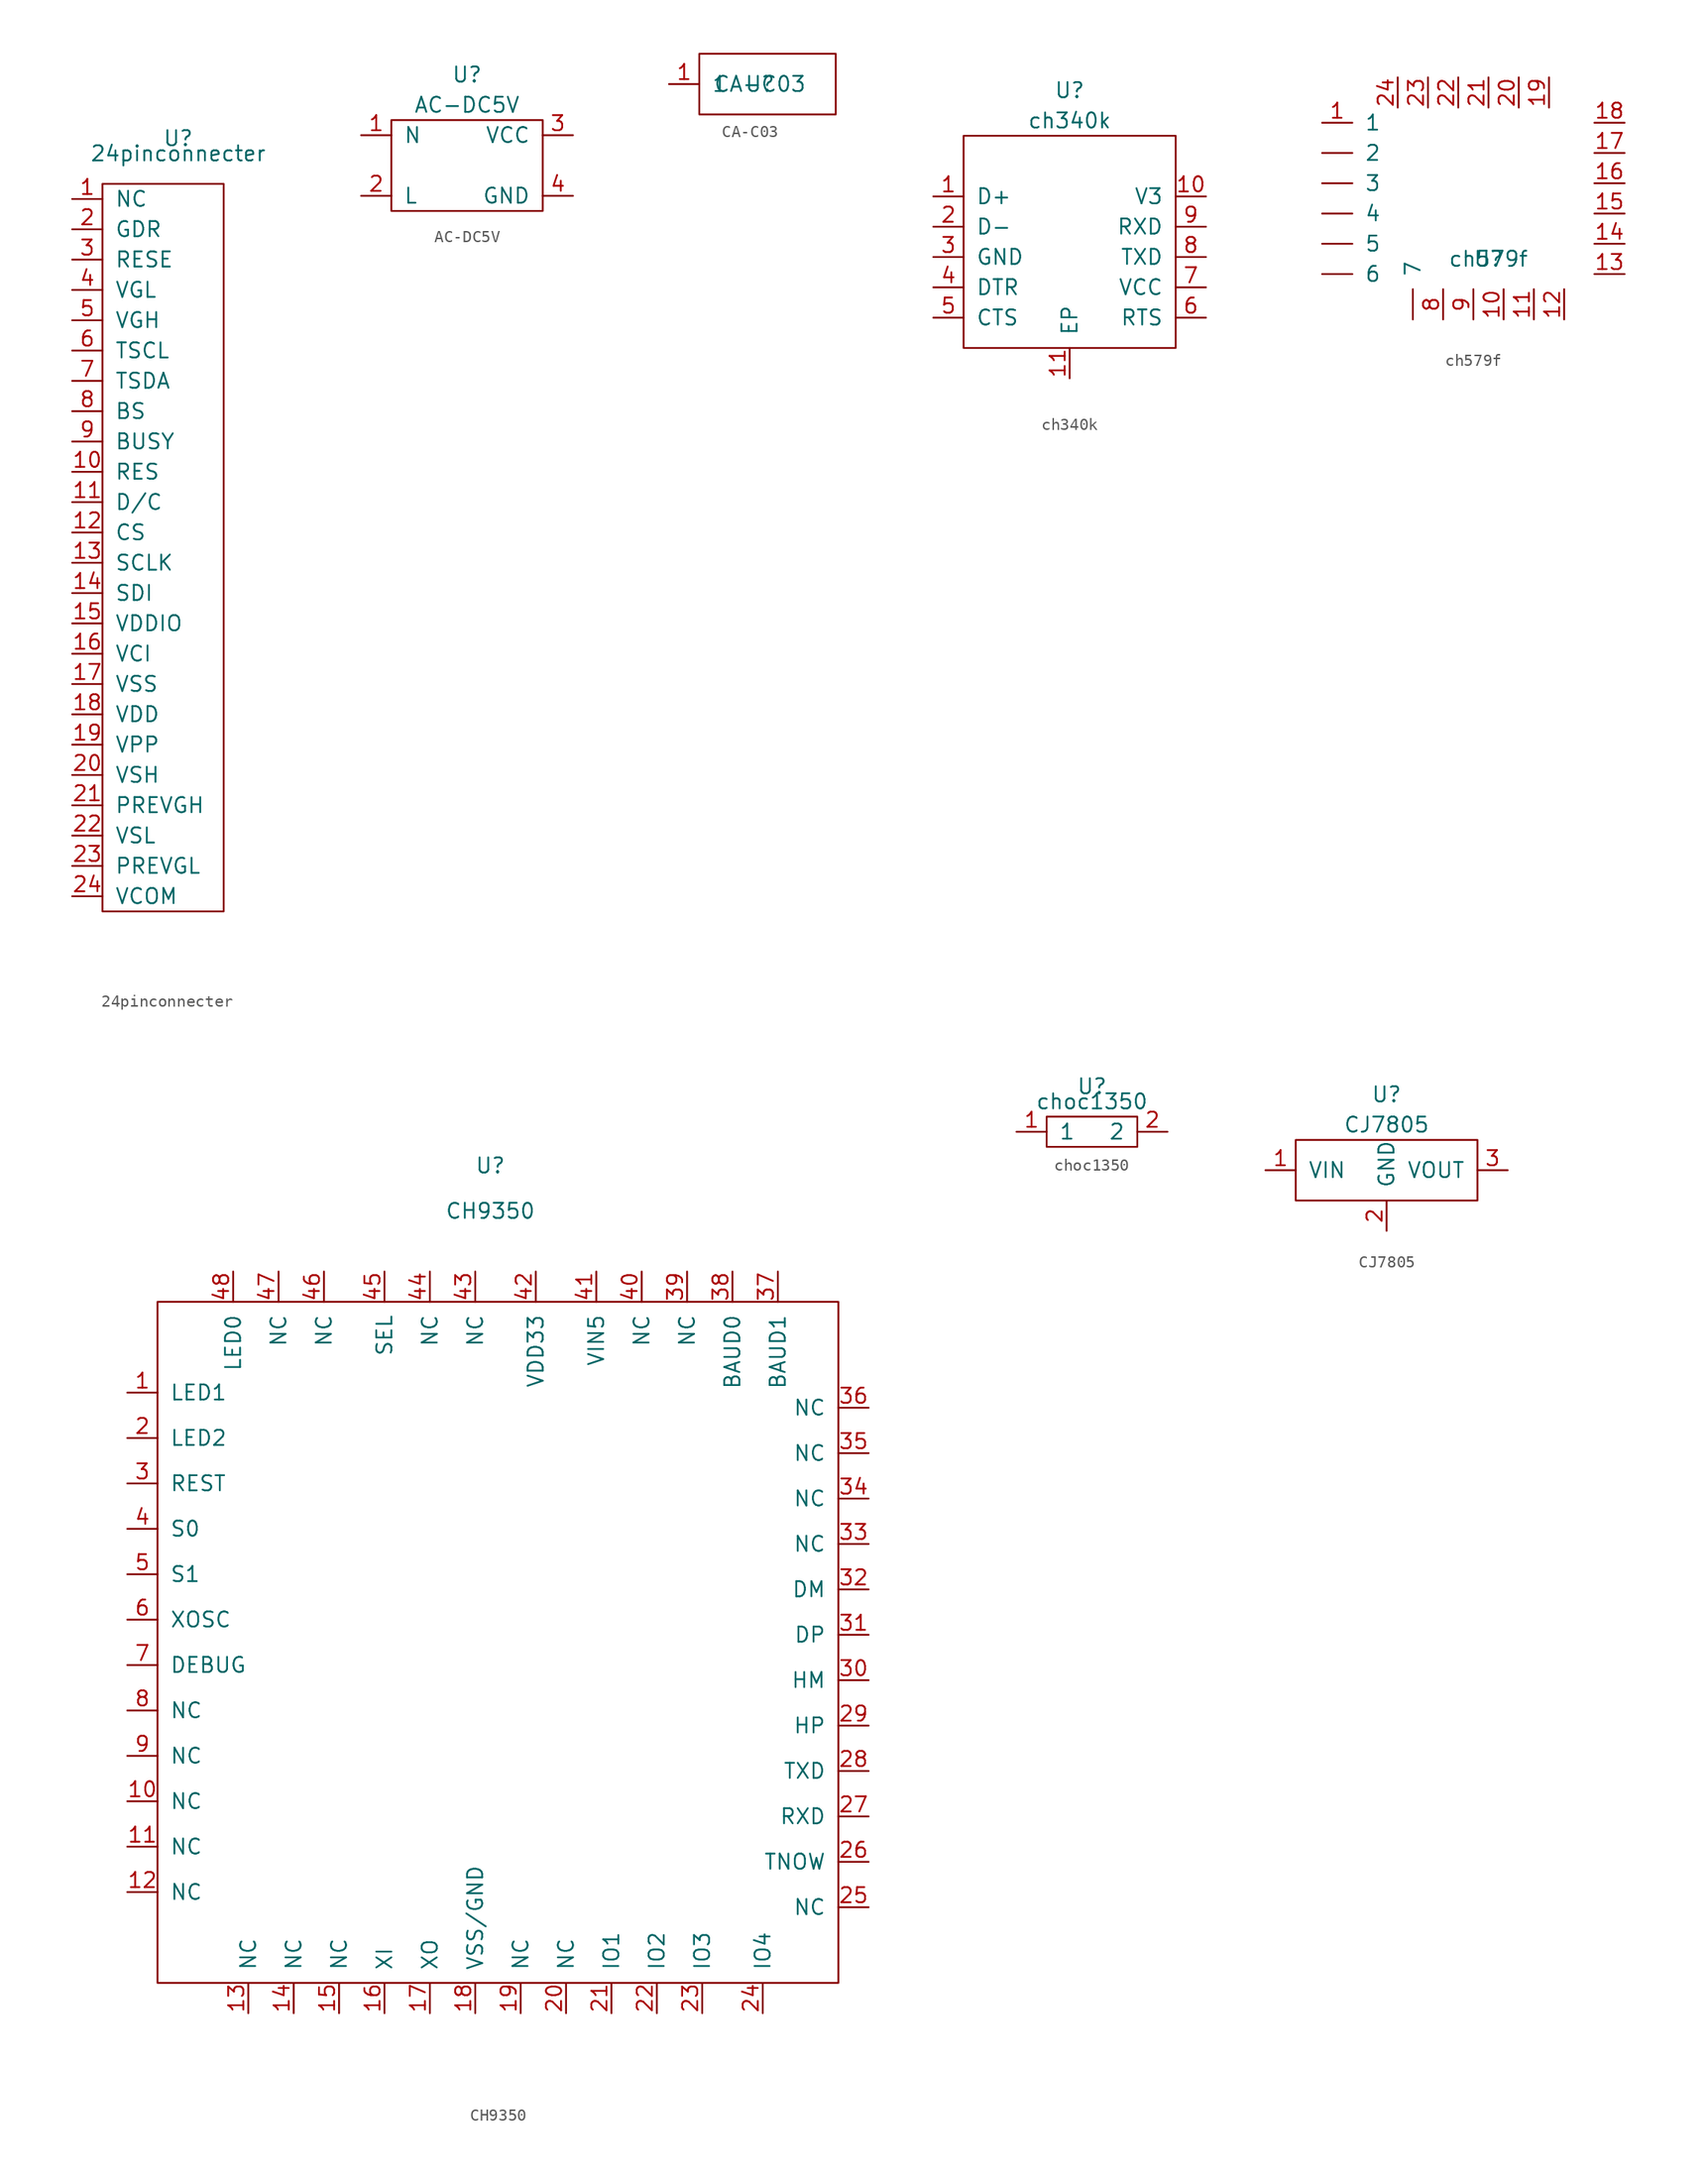
<source format=kicad_sym>
(kicad_symbol_lib
  (version 20211014)
  (generator kicad_symbol_editor)
  (symbol "24pinconnecter"
    (pin_names
      (offset 1.016))
    (property "Reference" "U"
      (at 0 33.02 0)
      (effects (font (size 1.27 1.27))))
    (property "Value" "24pinconnecter"
      (at 0 31.75 0)
      (effects (font (size 1.27 1.27))))
    (symbol "24pinconnecter_0_1"
      (rectangle (start -6.35 29.21) (end 3.81 -31.75) (stroke (width 0) (type default) (color 0 0 0 0)) (fill (type none))))
    (symbol "24pinconnecter_1_1"
      (pin passive line (at -8.89 27.94 0) (length 2.54) (name "NC" (effects (font (size 1.27 1.27)))) (number "1" (effects (font (size 1.27 1.27)))))
      (pin passive line (at -8.89 5.08 0) (length 2.54) (name "RES" (effects (font (size 1.27 1.27)))) (number "10" (effects (font (size 1.27 1.27)))))
      (pin passive line (at -8.89 2.54 0) (length 2.54) (name "D/C" (effects (font (size 1.27 1.27)))) (number "11" (effects (font (size 1.27 1.27)))))
      (pin passive line (at -8.89 0 0) (length 2.54) (name "CS" (effects (font (size 1.27 1.27)))) (number "12" (effects (font (size 1.27 1.27)))))
      (pin passive line (at -8.89 -2.54 0) (length 2.54) (name "SCLK" (effects (font (size 1.27 1.27)))) (number "13" (effects (font (size 1.27 1.27)))))
      (pin passive line (at -8.89 -5.08 0) (length 2.54) (name "SDI" (effects (font (size 1.27 1.27)))) (number "14" (effects (font (size 1.27 1.27)))))
      (pin passive line (at -8.89 -7.62 0) (length 2.54) (name "VDDIO" (effects (font (size 1.27 1.27)))) (number "15" (effects (font (size 1.27 1.27)))))
      (pin passive line (at -8.89 -10.16 0) (length 2.54) (name "VCI" (effects (font (size 1.27 1.27)))) (number "16" (effects (font (size 1.27 1.27)))))
      (pin passive line (at -8.89 -12.7 0) (length 2.54) (name "VSS" (effects (font (size 1.27 1.27)))) (number "17" (effects (font (size 1.27 1.27)))))
      (pin passive line (at -8.89 -15.24 0) (length 2.54) (name "VDD" (effects (font (size 1.27 1.27)))) (number "18" (effects (font (size 1.27 1.27)))))
      (pin passive line (at -8.89 -17.78 0) (length 2.54) (name "VPP" (effects (font (size 1.27 1.27)))) (number "19" (effects (font (size 1.27 1.27)))))
      (pin passive line (at -8.89 25.4 0) (length 2.54) (name "GDR" (effects (font (size 1.27 1.27)))) (number "2" (effects (font (size 1.27 1.27)))))
      (pin passive line (at -8.89 -20.32 0) (length 2.54) (name "VSH" (effects (font (size 1.27 1.27)))) (number "20" (effects (font (size 1.27 1.27)))))
      (pin passive line (at -8.89 -22.86 0) (length 2.54) (name "PREVGH" (effects (font (size 1.27 1.27)))) (number "21" (effects (font (size 1.27 1.27)))))
      (pin passive line (at -8.89 -25.4 0) (length 2.54) (name "VSL" (effects (font (size 1.27 1.27)))) (number "22" (effects (font (size 1.27 1.27)))))
      (pin passive line (at -8.89 -27.94 0) (length 2.54) (name "PREVGL" (effects (font (size 1.27 1.27)))) (number "23" (effects (font (size 1.27 1.27)))))
      (pin passive line (at -8.89 -30.48 0) (length 2.54) (name "VCOM" (effects (font (size 1.27 1.27)))) (number "24" (effects (font (size 1.27 1.27)))))
      (pin passive line (at -8.89 22.86 0) (length 2.54) (name "RESE" (effects (font (size 1.27 1.27)))) (number "3" (effects (font (size 1.27 1.27)))))
      (pin passive line (at -8.89 20.32 0) (length 2.54) (name "VGL" (effects (font (size 1.27 1.27)))) (number "4" (effects (font (size 1.27 1.27)))))
      (pin passive line (at -8.89 17.78 0) (length 2.54) (name "VGH" (effects (font (size 1.27 1.27)))) (number "5" (effects (font (size 1.27 1.27)))))
      (pin passive line (at -8.89 15.24 0) (length 2.54) (name "TSCL" (effects (font (size 1.27 1.27)))) (number "6" (effects (font (size 1.27 1.27)))))
      (pin passive line (at -8.89 12.7 0) (length 2.54) (name "TSDA" (effects (font (size 1.27 1.27)))) (number "7" (effects (font (size 1.27 1.27)))))
      (pin passive line (at -8.89 10.16 0) (length 2.54) (name "BS" (effects (font (size 1.27 1.27)))) (number "8" (effects (font (size 1.27 1.27)))))
      (pin passive line (at -8.89 7.62 0) (length 2.54) (name "BUSY" (effects (font (size 1.27 1.27)))) (number "9" (effects (font (size 1.27 1.27)))))))
  (symbol "AC-DC5V"
    (pin_names
      (offset 1.016))
    (property "Reference" "U"
      (at 0 7.62 0)
      (effects (font (size 1.27 1.27))))
    (property "Value" "AC-DC5V"
      (at 0 5.08 0)
      (effects (font (size 1.27 1.27))))
    (symbol "AC-DC5V_0_1"
      (rectangle (start -6.35 3.81) (end 6.35 -3.81) (stroke (width 0) (type default) (color 0 0 0 0)) (fill (type none))))
    (symbol "AC-DC5V_1_1"
      (pin passive line (at -8.89 2.54 0) (length 2.54) (name "N" (effects (font (size 1.27 1.27)))) (number "1" (effects (font (size 1.27 1.27)))))
      (pin passive line (at -8.89 -2.54 0) (length 2.54) (name "L" (effects (font (size 1.27 1.27)))) (number "2" (effects (font (size 1.27 1.27)))))
      (pin passive line (at 8.89 2.54 180) (length 2.54) (name "VCC" (effects (font (size 1.27 1.27)))) (number "3" (effects (font (size 1.27 1.27)))))
      (pin passive line (at 8.89 -2.54 180) (length 2.54) (name "GND" (effects (font (size 1.27 1.27)))) (number "4" (effects (font (size 1.27 1.27)))))))
  (symbol "CA-C03"
    (pin_names
      (offset 1.016))
    (property "Reference" "U"
      (at 0 0 0)
      (effects (font (size 1.27 1.27))))
    (property "Value" "CA-C03"
      (at 0 0 0)
      (effects (font (size 1.27 1.27))))
    (symbol "CA-C03_0_1"
      (rectangle (start -5.08 2.54) (end 6.35 -2.54) (stroke (width 0) (type default) (color 0 0 0 0)) (fill (type none))))
    (symbol "CA-C03_1_1"
      (pin passive line (at -7.62 0 0) (length 2.54) (name "1" (effects (font (size 1.27 1.27)))) (number "1" (effects (font (size 1.27 1.27)))))))
  (symbol "ch340k"
    (pin_names
      (offset 1.016))
    (property "Reference" "U"
      (at 0 12.7 0)
      (effects (font (size 1.27 1.27))))
    (property "Value" "ch340k"
      (at 0 10.16 0)
      (effects (font (size 1.27 1.27))))
    (symbol "ch340k_0_1"
      (rectangle (start -8.89 8.89) (end 8.89 -8.89) (stroke (width 0) (type default) (color 0 0 0 0)) (fill (type none))))
    (symbol "ch340k_1_1"
      (pin passive line (at -11.43 3.81 0) (length 2.54) (name "D+" (effects (font (size 1.27 1.27)))) (number "1" (effects (font (size 1.27 1.27)))))
      (pin passive line (at 11.43 3.81 180) (length 2.54) (name "V3" (effects (font (size 1.27 1.27)))) (number "10" (effects (font (size 1.27 1.27)))))
      (pin input line (at 0 -11.43 90) (length 2.54) (name "EP" (effects (font (size 1.27 1.27)))) (number "11" (effects (font (size 1.27 1.27)))))
      (pin passive line (at -11.43 1.27 0) (length 2.54) (name "D-" (effects (font (size 1.27 1.27)))) (number "2" (effects (font (size 1.27 1.27)))))
      (pin passive line (at -11.43 -1.27 0) (length 2.54) (name "GND" (effects (font (size 1.27 1.27)))) (number "3" (effects (font (size 1.27 1.27)))))
      (pin passive line (at -11.43 -3.81 0) (length 2.54) (name "DTR" (effects (font (size 1.27 1.27)))) (number "4" (effects (font (size 1.27 1.27)))))
      (pin passive line (at -11.43 -6.35 0) (length 2.54) (name "CTS" (effects (font (size 1.27 1.27)))) (number "5" (effects (font (size 1.27 1.27)))))
      (pin passive line (at 11.43 -6.35 180) (length 2.54) (name "RTS" (effects (font (size 1.27 1.27)))) (number "6" (effects (font (size 1.27 1.27)))))
      (pin passive line (at 11.43 -3.81 180) (length 2.54) (name "VCC" (effects (font (size 1.27 1.27)))) (number "7" (effects (font (size 1.27 1.27)))))
      (pin passive line (at 11.43 -1.27 180) (length 2.54) (name "TXD" (effects (font (size 1.27 1.27)))) (number "8" (effects (font (size 1.27 1.27)))))
      (pin passive line (at 11.43 1.27 180) (length 2.54) (name "RXD" (effects (font (size 1.27 1.27)))) (number "9" (effects (font (size 1.27 1.27)))))))
  (symbol "ch579f"
    (pin_names
      (offset 1.016))
    (property "Reference" "U"
      (at 0 0 0)
      (effects (font (size 1.27 1.27))))
    (property "Value" "ch579f"
      (at 0 0 0)
      (effects (font (size 1.27 1.27))))
    (symbol "ch579f_1_1"
      (pin passive line (at -13.97 11.43 0) (length 2.54) (name "1" (effects (font (size 1.27 1.27)))) (number "1" (effects (font (size 1.27 1.27)))))
      (pin passive line (at 1.27 -5.08 90) (length 2.54) (name "~" (effects (font (size 1.27 1.27)))) (number "10" (effects (font (size 1.27 1.27)))))
      (pin passive line (at 3.81 -5.08 90) (length 2.54) (name "~" (effects (font (size 1.27 1.27)))) (number "11" (effects (font (size 1.27 1.27)))))
      (pin passive line (at 6.35 -5.08 90) (length 2.54) (name "~" (effects (font (size 1.27 1.27)))) (number "12" (effects (font (size 1.27 1.27)))))
      (pin passive line (at 11.43 -1.27 180) (length 2.54) (name "~" (effects (font (size 1.27 1.27)))) (number "13" (effects (font (size 1.27 1.27)))))
      (pin passive line (at 11.43 1.27 180) (length 2.54) (name "~" (effects (font (size 1.27 1.27)))) (number "14" (effects (font (size 1.27 1.27)))))
      (pin passive line (at 11.43 3.81 180) (length 2.54) (name "~" (effects (font (size 1.27 1.27)))) (number "15" (effects (font (size 1.27 1.27)))))
      (pin passive line (at 11.43 6.35 180) (length 2.54) (name "~" (effects (font (size 1.27 1.27)))) (number "16" (effects (font (size 1.27 1.27)))))
      (pin passive line (at 11.43 8.89 180) (length 2.54) (name "~" (effects (font (size 1.27 1.27)))) (number "17" (effects (font (size 1.27 1.27)))))
      (pin passive line (at 11.43 11.43 180) (length 2.54) (name "~" (effects (font (size 1.27 1.27)))) (number "18" (effects (font (size 1.27 1.27)))))
      (pin passive line (at 5.08 15.24 270) (length 2.54) (name "~" (effects (font (size 1.27 1.27)))) (number "19" (effects (font (size 1.27 1.27)))))
      (pin passive line (at 2.54 15.24 270) (length 2.54) (name "~" (effects (font (size 1.27 1.27)))) (number "20" (effects (font (size 1.27 1.27)))))
      (pin passive line (at 0 15.24 270) (length 2.54) (name "~" (effects (font (size 1.27 1.27)))) (number "21" (effects (font (size 1.27 1.27)))))
      (pin passive line (at -2.54 15.24 270) (length 2.54) (name "~" (effects (font (size 1.27 1.27)))) (number "22" (effects (font (size 1.27 1.27)))))
      (pin passive line (at -5.08 15.24 270) (length 2.54) (name "~" (effects (font (size 1.27 1.27)))) (number "23" (effects (font (size 1.27 1.27)))))
      (pin passive line (at -7.62 15.24 270) (length 2.54) (name "~" (effects (font (size 1.27 1.27)))) (number "24" (effects (font (size 1.27 1.27)))))
      (pin passive line (at -3.81 -5.08 90) (length 2.54) (name "~" (effects (font (size 1.27 1.27)))) (number "8" (effects (font (size 1.27 1.27)))))
      (pin passive line (at -1.27 -5.08 90) (length 2.54) (name "~" (effects (font (size 1.27 1.27)))) (number "9" (effects (font (size 1.27 1.27)))))
      (pin passive line (at -13.97 8.89 0) (length 2.54) (name "2" (effects (font (size 1.27 1.27)))) (number "~" (effects (font (size 1.27 1.27)))))
      (pin passive line (at -13.97 6.35 0) (length 2.54) (name "3" (effects (font (size 1.27 1.27)))) (number "~" (effects (font (size 1.27 1.27)))))
      (pin passive line (at -13.97 3.81 0) (length 2.54) (name "4" (effects (font (size 1.27 1.27)))) (number "~" (effects (font (size 1.27 1.27)))))
      (pin passive line (at -13.97 1.27 0) (length 2.54) (name "5" (effects (font (size 1.27 1.27)))) (number "~" (effects (font (size 1.27 1.27)))))
      (pin passive line (at -13.97 -1.27 0) (length 2.54) (name "6" (effects (font (size 1.27 1.27)))) (number "~" (effects (font (size 1.27 1.27)))))
      (pin passive line (at -6.35 -5.08 90) (length 2.54) (name "7" (effects (font (size 1.27 1.27)))) (number "~" (effects (font (size 1.27 1.27)))))))
  (symbol "CH9350"
    (pin_names
      (offset 1.016))
    (property "Reference" "U"
      (at 0 48.26 0)
      (effects (font (size 1.27 1.27))))
    (property "Value" "CH9350"
      (at 0 44.45 0)
      (effects (font (size 1.27 1.27))))
    (symbol "CH9350_0_1"
      (rectangle (start -27.94 36.83) (end 29.21 -20.32) (stroke (width 0) (type default) (color 0 0 0 0)) (fill (type none))))
    (symbol "CH9350_1_1"
      (pin passive line (at -30.48 29.21 0) (length 2.54) (name "LED1" (effects (font (size 1.27 1.27)))) (number "1" (effects (font (size 1.27 1.27)))))
      (pin passive line (at -30.48 -5.08 0) (length 2.54) (name "NC" (effects (font (size 1.27 1.27)))) (number "10" (effects (font (size 1.27 1.27)))))
      (pin passive line (at -30.48 -8.89 0) (length 2.54) (name "NC" (effects (font (size 1.27 1.27)))) (number "11" (effects (font (size 1.27 1.27)))))
      (pin passive line (at -30.48 -12.7 0) (length 2.54) (name "NC" (effects (font (size 1.27 1.27)))) (number "12" (effects (font (size 1.27 1.27)))))
      (pin passive line (at -20.32 -22.86 90) (length 2.54) (name "NC" (effects (font (size 1.27 1.27)))) (number "13" (effects (font (size 1.27 1.27)))))
      (pin passive line (at -16.51 -22.86 90) (length 2.54) (name "NC" (effects (font (size 1.27 1.27)))) (number "14" (effects (font (size 1.27 1.27)))))
      (pin passive line (at -12.7 -22.86 90) (length 2.54) (name "NC" (effects (font (size 1.27 1.27)))) (number "15" (effects (font (size 1.27 1.27)))))
      (pin passive line (at -8.89 -22.86 90) (length 2.54) (name "XI" (effects (font (size 1.27 1.27)))) (number "16" (effects (font (size 1.27 1.27)))))
      (pin passive line (at -5.08 -22.86 90) (length 2.54) (name "XO" (effects (font (size 1.27 1.27)))) (number "17" (effects (font (size 1.27 1.27)))))
      (pin passive line (at -1.27 -22.86 90) (length 2.54) (name "VSS/GND" (effects (font (size 1.27 1.27)))) (number "18" (effects (font (size 1.27 1.27)))))
      (pin passive line (at 2.54 -22.86 90) (length 2.54) (name "NC" (effects (font (size 1.27 1.27)))) (number "19" (effects (font (size 1.27 1.27)))))
      (pin passive line (at -30.48 25.4 0) (length 2.54) (name "LED2" (effects (font (size 1.27 1.27)))) (number "2" (effects (font (size 1.27 1.27)))))
      (pin passive line (at 6.35 -22.86 90) (length 2.54) (name "NC" (effects (font (size 1.27 1.27)))) (number "20" (effects (font (size 1.27 1.27)))))
      (pin passive line (at 10.16 -22.86 90) (length 2.54) (name "IO1" (effects (font (size 1.27 1.27)))) (number "21" (effects (font (size 1.27 1.27)))))
      (pin passive line (at 13.97 -22.86 90) (length 2.54) (name "IO2" (effects (font (size 1.27 1.27)))) (number "22" (effects (font (size 1.27 1.27)))))
      (pin passive line (at 17.78 -22.86 90) (length 2.54) (name "IO3" (effects (font (size 1.27 1.27)))) (number "23" (effects (font (size 1.27 1.27)))))
      (pin passive line (at 22.86 -22.86 90) (length 2.54) (name "IO4" (effects (font (size 1.27 1.27)))) (number "24" (effects (font (size 1.27 1.27)))))
      (pin passive line (at 31.75 -13.97 180) (length 2.54) (name "NC" (effects (font (size 1.27 1.27)))) (number "25" (effects (font (size 1.27 1.27)))))
      (pin passive line (at 31.75 -10.16 180) (length 2.54) (name "TNOW" (effects (font (size 1.27 1.27)))) (number "26" (effects (font (size 1.27 1.27)))))
      (pin passive line (at 31.75 -6.35 180) (length 2.54) (name "RXD" (effects (font (size 1.27 1.27)))) (number "27" (effects (font (size 1.27 1.27)))))
      (pin passive line (at 31.75 -2.54 180) (length 2.54) (name "TXD" (effects (font (size 1.27 1.27)))) (number "28" (effects (font (size 1.27 1.27)))))
      (pin passive line (at 31.75 1.27 180) (length 2.54) (name "HP" (effects (font (size 1.27 1.27)))) (number "29" (effects (font (size 1.27 1.27)))))
      (pin passive line (at -30.48 21.59 0) (length 2.54) (name "REST" (effects (font (size 1.27 1.27)))) (number "3" (effects (font (size 1.27 1.27)))))
      (pin passive line (at 31.75 5.08 180) (length 2.54) (name "HM" (effects (font (size 1.27 1.27)))) (number "30" (effects (font (size 1.27 1.27)))))
      (pin passive line (at 31.75 8.89 180) (length 2.54) (name "DP" (effects (font (size 1.27 1.27)))) (number "31" (effects (font (size 1.27 1.27)))))
      (pin passive line (at 31.75 12.7 180) (length 2.54) (name "DM" (effects (font (size 1.27 1.27)))) (number "32" (effects (font (size 1.27 1.27)))))
      (pin passive line (at 31.75 16.51 180) (length 2.54) (name "NC" (effects (font (size 1.27 1.27)))) (number "33" (effects (font (size 1.27 1.27)))))
      (pin passive line (at 31.75 20.32 180) (length 2.54) (name "NC" (effects (font (size 1.27 1.27)))) (number "34" (effects (font (size 1.27 1.27)))))
      (pin passive line (at 31.75 24.13 180) (length 2.54) (name "NC" (effects (font (size 1.27 1.27)))) (number "35" (effects (font (size 1.27 1.27)))))
      (pin passive line (at 31.75 27.94 180) (length 2.54) (name "NC" (effects (font (size 1.27 1.27)))) (number "36" (effects (font (size 1.27 1.27)))))
      (pin passive line (at 24.13 39.37 270) (length 2.54) (name "BAUD1" (effects (font (size 1.27 1.27)))) (number "37" (effects (font (size 1.27 1.27)))))
      (pin passive line (at 20.32 39.37 270) (length 2.54) (name "BAUD0" (effects (font (size 1.27 1.27)))) (number "38" (effects (font (size 1.27 1.27)))))
      (pin passive line (at 16.51 39.37 270) (length 2.54) (name "NC" (effects (font (size 1.27 1.27)))) (number "39" (effects (font (size 1.27 1.27)))))
      (pin passive line (at -30.48 17.78 0) (length 2.54) (name "S0" (effects (font (size 1.27 1.27)))) (number "4" (effects (font (size 1.27 1.27)))))
      (pin passive line (at 12.7 39.37 270) (length 2.54) (name "NC" (effects (font (size 1.27 1.27)))) (number "40" (effects (font (size 1.27 1.27)))))
      (pin passive line (at 8.89 39.37 270) (length 2.54) (name "VIN5" (effects (font (size 1.27 1.27)))) (number "41" (effects (font (size 1.27 1.27)))))
      (pin passive line (at 3.81 39.37 270) (length 2.54) (name "VDD33" (effects (font (size 1.27 1.27)))) (number "42" (effects (font (size 1.27 1.27)))))
      (pin passive line (at -1.27 39.37 270) (length 2.54) (name "NC" (effects (font (size 1.27 1.27)))) (number "43" (effects (font (size 1.27 1.27)))))
      (pin passive line (at -5.08 39.37 270) (length 2.54) (name "NC" (effects (font (size 1.27 1.27)))) (number "44" (effects (font (size 1.27 1.27)))))
      (pin passive line (at -8.89 39.37 270) (length 2.54) (name "SEL" (effects (font (size 1.27 1.27)))) (number "45" (effects (font (size 1.27 1.27)))))
      (pin passive line (at -13.97 39.37 270) (length 2.54) (name "NC" (effects (font (size 1.27 1.27)))) (number "46" (effects (font (size 1.27 1.27)))))
      (pin passive line (at -17.78 39.37 270) (length 2.54) (name "NC" (effects (font (size 1.27 1.27)))) (number "47" (effects (font (size 1.27 1.27)))))
      (pin passive line (at -21.59 39.37 270) (length 2.54) (name "LED0" (effects (font (size 1.27 1.27)))) (number "48" (effects (font (size 1.27 1.27)))))
      (pin passive line (at -30.48 13.97 0) (length 2.54) (name "S1" (effects (font (size 1.27 1.27)))) (number "5" (effects (font (size 1.27 1.27)))))
      (pin passive line (at -30.48 10.16 0) (length 2.54) (name "XOSC" (effects (font (size 1.27 1.27)))) (number "6" (effects (font (size 1.27 1.27)))))
      (pin passive line (at -30.48 6.35 0) (length 2.54) (name "DEBUG" (effects (font (size 1.27 1.27)))) (number "7" (effects (font (size 1.27 1.27)))))
      (pin passive line (at -30.48 2.54 0) (length 2.54) (name "NC" (effects (font (size 1.27 1.27)))) (number "8" (effects (font (size 1.27 1.27)))))
      (pin passive line (at -30.48 -1.27 0) (length 2.54) (name "NC" (effects (font (size 1.27 1.27)))) (number "9" (effects (font (size 1.27 1.27)))))))
  (symbol "choc1350"
    (pin_names
      (offset 1.016))
    (property "Reference" "U"
      (at 0 1.27 0)
      (effects (font (size 1.27 1.27))))
    (property "Value" "choc1350"
      (at 0 0 0)
      (effects (font (size 1.27 1.27))))
    (symbol "choc1350_0_1"
      (rectangle (start -3.81 -1.27) (end 3.81 -3.81) (stroke (width 0) (type default) (color 0 0 0 0)) (fill (type none))))
    (symbol "choc1350_1_1"
      (pin passive line (at -6.35 -2.54 0) (length 2.54) (name "1" (effects (font (size 1.27 1.27)))) (number "1" (effects (font (size 1.27 1.27)))))
      (pin passive line (at 6.35 -2.54 180) (length 2.54) (name "2" (effects (font (size 1.27 1.27)))) (number "2" (effects (font (size 1.27 1.27)))))))
  (symbol "CJ7805"
    (pin_names
      (offset 1.016))
    (property "Reference" "U"
      (at 0 6.35 0)
      (effects (font (size 1.27 1.27))))
    (property "Value" "CJ7805"
      (at 0 3.81 0)
      (effects (font (size 1.27 1.27))))
    (symbol "CJ7805_0_1"
      (rectangle (start -7.62 2.54) (end 7.62 -2.54) (stroke (width 0) (type default) (color 0 0 0 0)) (fill (type none))))
    (symbol "CJ7805_1_1"
      (pin passive line (at -10.16 0 0) (length 2.54) (name "VIN" (effects (font (size 1.27 1.27)))) (number "1" (effects (font (size 1.27 1.27)))))
      (pin passive line (at 0 -5.08 90) (length 2.54) (name "GND" (effects (font (size 1.27 1.27)))) (number "2" (effects (font (size 1.27 1.27)))))
      (pin passive line (at 10.16 0 180) (length 2.54) (name "VOUT" (effects (font (size 1.27 1.27)))) (number "3" (effects (font (size 1.27 1.27))))))))
</source>
